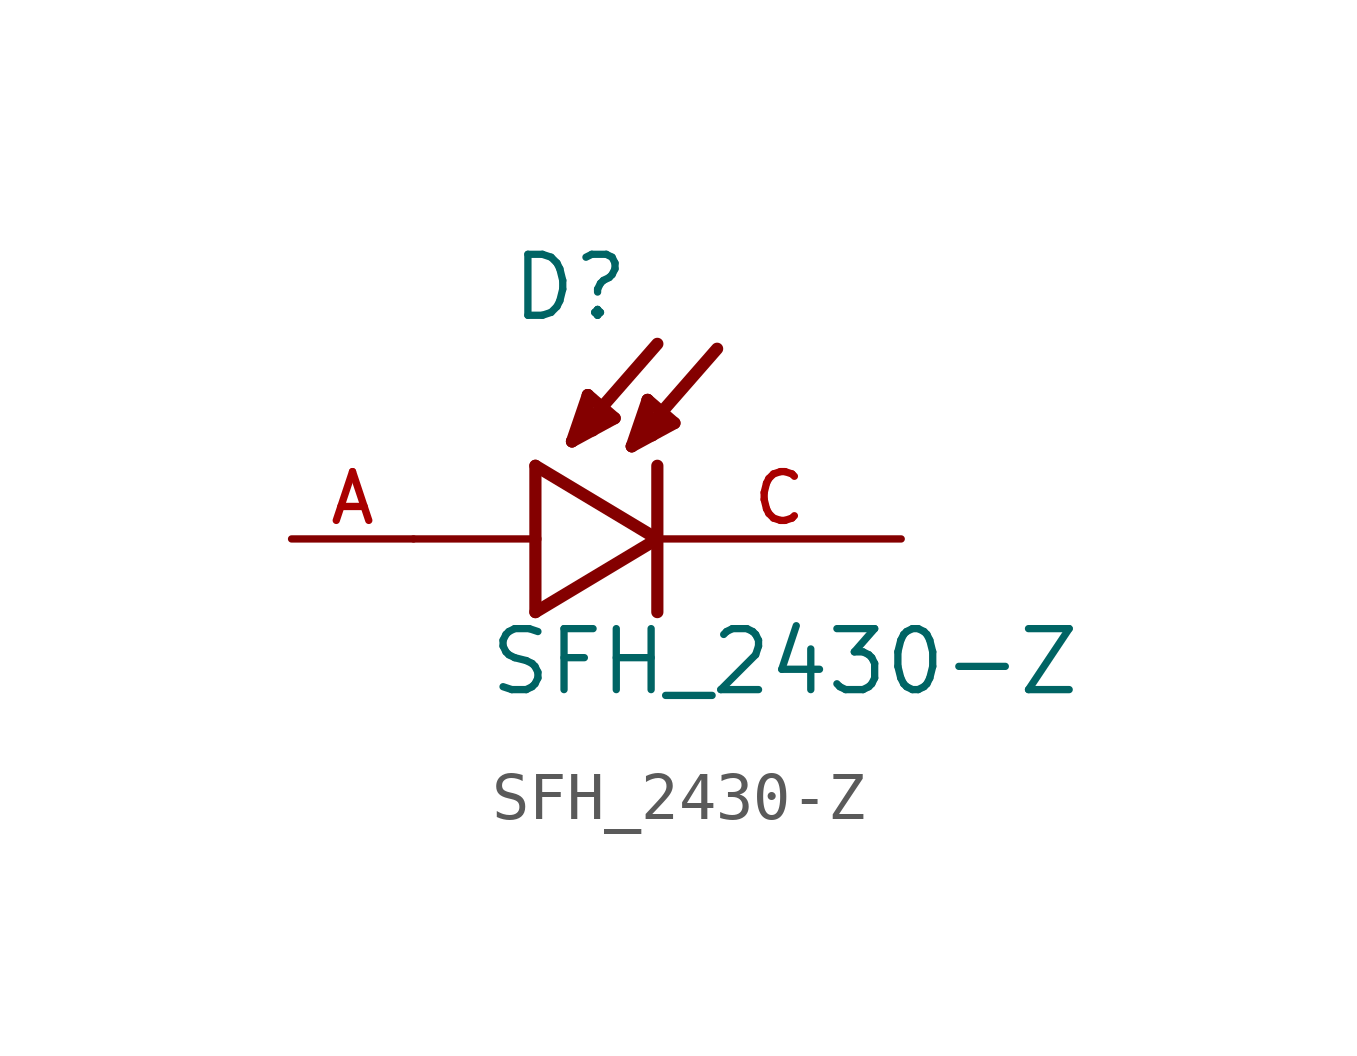
<source format=kicad_sym>
(kicad_symbol_lib
  (version 20211014)
  (generator kicad_symbol_editor)
  (symbol "SFH_2430-Z"
    (pin_names
      (offset 1.016))
    (property "Reference" "D"
      (at -3.099 4.496 0)
      (effects (font (size 1.27 1.27)) (justify bottom left)))
    (property "Value" "SFH_2430-Z"
      (at -3.556 -3.302 0)
      (effects (font (size 1.27 1.27)) (justify bottom left)))
    (symbol "SFH_2430-Z_0_0"
      (polyline (pts (xy -2.54 1.524) (xy -2.54 0.0)) (stroke (width 0.254)))
      (polyline (pts (xy -2.54 0.0) (xy -2.54 -1.524)) (stroke (width 0.254)))
      (polyline (pts (xy -2.54 -1.524) (xy 0.0 0.0)) (stroke (width 0.254)))
      (polyline (pts (xy 0.0 0.0) (xy -2.54 1.524)) (stroke (width 0.254)))
      (polyline (pts (xy 0.0 1.524) (xy 0.0 -1.524)) (stroke (width 0.254)))
      (polyline (pts (xy -2.54 0.0) (xy -5.08 0.0)) (stroke (width 0.152)))
      (polyline (pts (xy -1.778 2.032) (xy 0.0 4.064)) (stroke (width 0.254)))
      (polyline (pts (xy -1.448 2.997) (xy -0.889 2.515)) (stroke (width 0.254)))
      (polyline (pts (xy -0.889 2.515) (xy -1.778 2.032)) (stroke (width 0.254)))
      (polyline (pts (xy -1.778 2.032) (xy -1.448 2.997)) (stroke (width 0.254)))
      (polyline (pts (xy -1.448 2.997) (xy -1.473 2.261)) (stroke (width 0.254)))
      (polyline (pts (xy -1.473 2.261) (xy -1.346 2.261)) (stroke (width 0.254)))
      (polyline (pts (xy -1.067 2.591) (xy -1.295 2.438)) (stroke (width 0.254)))
      (polyline (pts (xy -0.533 1.93) (xy 1.245 3.962)) (stroke (width 0.254)))
      (polyline (pts (xy -0.203 2.896) (xy 0.356 2.413)) (stroke (width 0.254)))
      (polyline (pts (xy 0.356 2.413) (xy -0.533 1.93)) (stroke (width 0.254)))
      (polyline (pts (xy -0.533 1.93) (xy -0.203 2.896)) (stroke (width 0.254)))
      (polyline (pts (xy -0.203 2.896) (xy -0.229 2.159)) (stroke (width 0.254)))
      (polyline (pts (xy -0.229 2.159) (xy -0.102 2.159)) (stroke (width 0.254)))
      (polyline (pts (xy 0.178 2.489) (xy -0.051 2.337)) (stroke (width 0.254)))
      (pin passive line (at 5.08 0.0 180.0) (length 5.08) (name "~" (effects (font (size 1.016 1.016)))) (number "C" (effects (font (size 1.016 1.016)))))
      (pin passive line (at -7.62 0.0 0) (length 2.54) (name "~" (effects (font (size 1.016 1.016)))) (number "A" (effects (font (size 1.016 1.016))))))))
</source>
